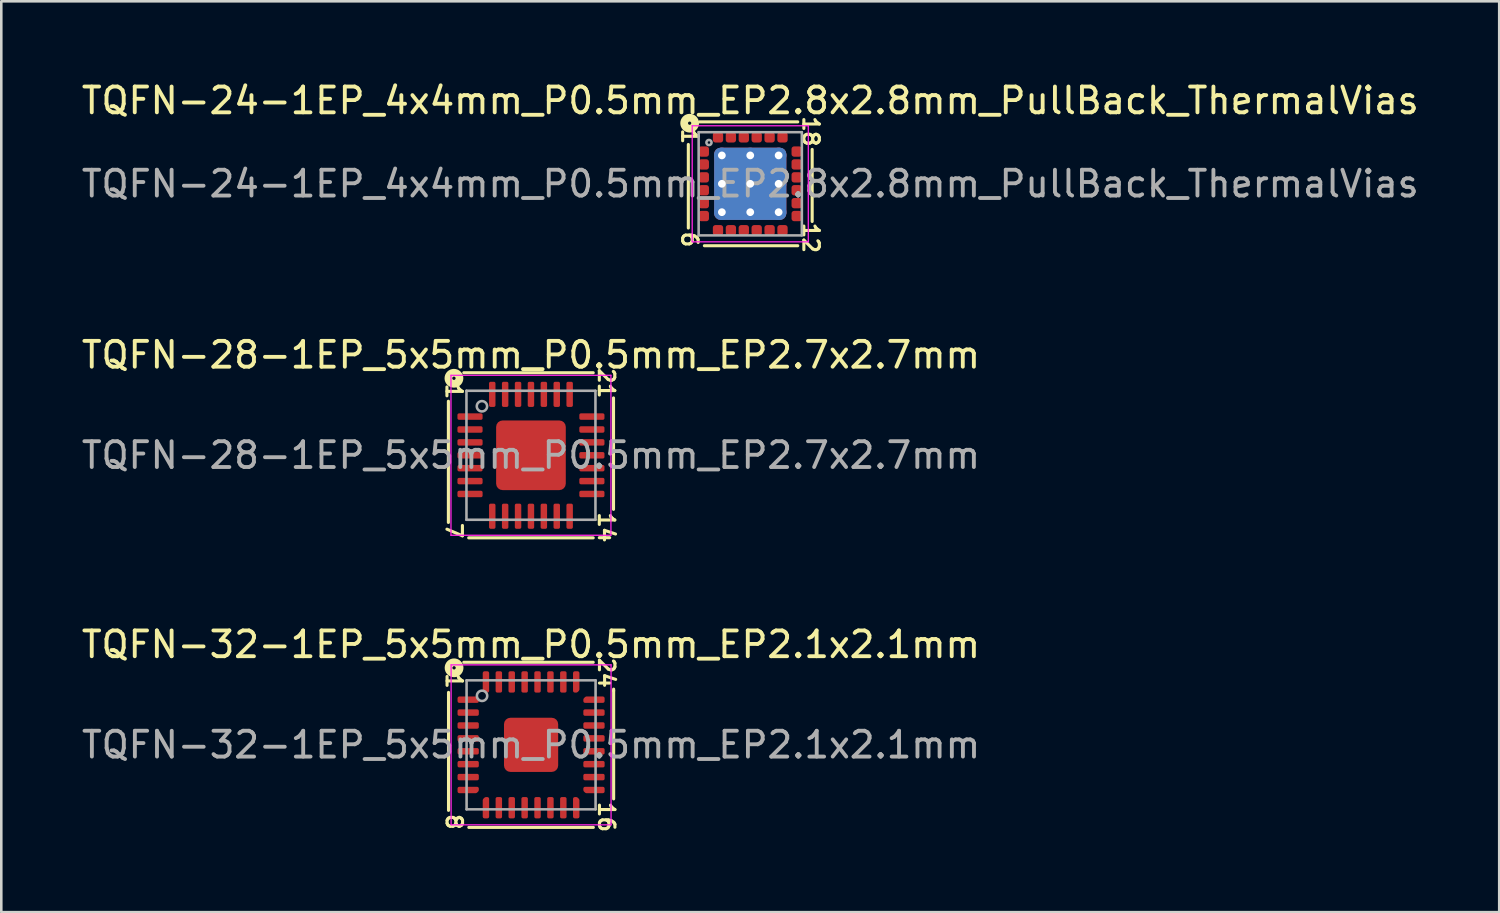
<source format=kicad_pcb>
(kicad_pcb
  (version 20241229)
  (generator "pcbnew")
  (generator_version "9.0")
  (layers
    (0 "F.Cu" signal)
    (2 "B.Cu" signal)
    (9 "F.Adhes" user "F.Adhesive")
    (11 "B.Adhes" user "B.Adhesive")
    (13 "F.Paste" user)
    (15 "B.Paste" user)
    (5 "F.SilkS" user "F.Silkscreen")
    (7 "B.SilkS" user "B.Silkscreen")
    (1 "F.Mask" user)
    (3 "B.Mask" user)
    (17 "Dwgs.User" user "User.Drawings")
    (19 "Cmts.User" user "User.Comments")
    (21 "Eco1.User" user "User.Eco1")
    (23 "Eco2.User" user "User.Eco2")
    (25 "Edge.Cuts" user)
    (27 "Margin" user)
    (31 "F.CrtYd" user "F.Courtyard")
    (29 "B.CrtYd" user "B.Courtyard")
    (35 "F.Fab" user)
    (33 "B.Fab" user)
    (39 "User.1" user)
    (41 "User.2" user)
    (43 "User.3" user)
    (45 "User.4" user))
  (footprint "TQFN-24-1EP_4x4mm_P0.5mm_EP2.8x2.8mm_PullBack_ThermalVias"
    (layer "F.Cu")
    (at 26.03 4.074)
    (property "Reference" "TQFN-24-1EP_4x4mm_P0.5mm_EP2.8x2.8mm_PullBack_ThermalVias" (at 0 -3.225 0) (layer "F.SilkS") (effects (font (size 1 1) (thickness 0.15))))
    (attr smd)
    (fp_line (start -2.4 -1.524) (end -2.4 1.714) (stroke (width 0.12) (type solid)) (layer "F.SilkS"))
    (fp_line (start -1.778 2.4) (end 1.841 2.4) (stroke (width 0.12) (type solid)) (layer "F.SilkS"))
    (fp_line (start 1.841 -2.4) (end -1.968 -2.4) (stroke (width 0.12) (type solid)) (layer "F.SilkS"))
    (fp_line (start 2.4 1.46) (end 2.4 -1.333) (stroke (width 0.12) (type solid)) (layer "F.SilkS"))
    (fp_circle (center -2.349 -2.349) (end -2.286 -2.349) (stroke (width 0.3) (type solid)) (fill no) (layer "F.SilkS"))
    (fp_line (start -2.25 -2.25) (end -2.25 2.25) (stroke (width 0.05) (type solid)) (layer "F.CrtYd"))
    (fp_line (start -2.25 2.25) (end 2.25 2.25) (stroke (width 0.05) (type solid)) (layer "F.CrtYd"))
    (fp_line (start 2.25 -2.25) (end -2.25 -2.25) (stroke (width 0.05) (type solid)) (layer "F.CrtYd"))
    (fp_line (start 2.25 2.25) (end 2.25 -2.25) (stroke (width 0.05) (type solid)) (layer "F.CrtYd"))
    (fp_line (start -2 -2) (end 2 -2) (stroke (width 0.1) (type solid)) (layer "F.Fab"))
    (fp_line (start -2 2) (end -2 -2) (stroke (width 0.1) (type solid)) (layer "F.Fab"))
    (fp_line (start 2 -2) (end 2 2) (stroke (width 0.1) (type solid)) (layer "F.Fab"))
    (fp_line (start 2 2) (end -2 2) (stroke (width 0.1) (type solid)) (layer "F.Fab"))
    (fp_circle (center -1.6 -1.6) (end -1.5 -1.6) (stroke (width 0.1) (type solid)) (fill no) (layer "F.Fab"))
    (fp_text user "18" (at 2.349 -2.032 270) (unlocked yes) (layer "F.SilkS") (effects (font (size 0.6 0.6) (thickness 0.12))))
    (fp_text user "1" (at -2.349 -1.841 270) (unlocked yes) (layer "F.SilkS") (effects (font (size 0.6 0.6) (thickness 0.12))))
    (fp_text user "12" (at 2.349 2.095 270) (unlocked yes) (layer "F.SilkS") (effects (font (size 0.6 0.6) (thickness 0.12))))
    (fp_text user "6" (at -2.349 2.159 270) (unlocked yes) (layer "F.SilkS") (effects (font (size 0.6 0.6) (thickness 0.12))))
    (fp_text user "${REFERENCE}" (at 0 0 0) (layer "F.Fab") (effects (font (size 1 1) (thickness 0.15))))
    (pad "" smd roundrect (at -0.7 -0.7) (size 1.13 1.13) (layers "F.Paste") (roundrect_rratio 0.221))
    (pad "" smd roundrect (at -0.7 0.7) (size 1.13 1.13) (layers "F.Paste") (roundrect_rratio 0.221))
    (pad "" smd roundrect (at 0.7 -0.7) (size 1.13 1.13) (layers "F.Paste") (roundrect_rratio 0.221))
    (pad "" smd roundrect (at 0.7 0.7) (size 1.13 1.13) (layers "F.Paste") (roundrect_rratio 0.221))
    (pad "1" smd roundrect (at -1.8 -1.25) (size 0.4 0.4) (layers "F.Cu" "F.Mask" "F.Paste") (roundrect_rratio 0.25))
    (pad "2" smd roundrect (at -1.8 -0.75) (size 0.4 0.4) (layers "F.Cu" "F.Mask" "F.Paste") (roundrect_rratio 0.25))
    (pad "3" smd roundrect (at -1.8 -0.25) (size 0.4 0.4) (layers "F.Cu" "F.Mask" "F.Paste") (roundrect_rratio 0.25))
    (pad "4" smd roundrect (at -1.8 0.25) (size 0.4 0.4) (layers "F.Cu" "F.Mask" "F.Paste") (roundrect_rratio 0.25))
    (pad "5" smd roundrect (at -1.8 0.75) (size 0.4 0.4) (layers "F.Cu" "F.Mask" "F.Paste") (roundrect_rratio 0.25))
    (pad "6" smd roundrect (at -1.8 1.25) (size 0.4 0.4) (layers "F.Cu" "F.Mask" "F.Paste") (roundrect_rratio 0.25))
    (pad "7" smd roundrect (at -1.25 1.8) (size 0.4 0.4) (layers "F.Cu" "F.Mask" "F.Paste") (roundrect_rratio 0.25))
    (pad "8" smd roundrect (at -0.75 1.8) (size 0.4 0.4) (layers "F.Cu" "F.Mask" "F.Paste") (roundrect_rratio 0.25))
    (pad "9" smd roundrect (at -0.25 1.8) (size 0.4 0.4) (layers "F.Cu" "F.Mask" "F.Paste") (roundrect_rratio 0.25))
    (pad "10" smd roundrect (at 0.25 1.8) (size 0.4 0.4) (layers "F.Cu" "F.Mask" "F.Paste") (roundrect_rratio 0.25))
    (pad "11" smd roundrect (at 0.75 1.8) (size 0.4 0.4) (layers "F.Cu" "F.Mask" "F.Paste") (roundrect_rratio 0.25))
    (pad "12" smd roundrect (at 1.25 1.8) (size 0.4 0.4) (layers "F.Cu" "F.Mask" "F.Paste") (roundrect_rratio 0.25))
    (pad "13" smd roundrect (at 1.8 1.25) (size 0.4 0.4) (layers "F.Cu" "F.Mask" "F.Paste") (roundrect_rratio 0.25))
    (pad "14" smd roundrect (at 1.8 0.75) (size 0.4 0.4) (layers "F.Cu" "F.Mask" "F.Paste") (roundrect_rratio 0.25))
    (pad "15" smd roundrect (at 1.8 0.25) (size 0.4 0.4) (layers "F.Cu" "F.Mask" "F.Paste") (roundrect_rratio 0.25))
    (pad "16" smd roundrect (at 1.8 -0.25) (size 0.4 0.4) (layers "F.Cu" "F.Mask" "F.Paste") (roundrect_rratio 0.25))
    (pad "17" smd roundrect (at 1.8 -0.75) (size 0.4 0.4) (layers "F.Cu" "F.Mask" "F.Paste") (roundrect_rratio 0.25))
    (pad "18" smd roundrect (at 1.8 -1.25) (size 0.4 0.4) (layers "F.Cu" "F.Mask" "F.Paste") (roundrect_rratio 0.25))
    (pad "19" smd roundrect (at 1.25 -1.8) (size 0.4 0.4) (layers "F.Cu" "F.Mask" "F.Paste") (roundrect_rratio 0.25))
    (pad "20" smd roundrect (at 0.75 -1.8) (size 0.4 0.4) (layers "F.Cu" "F.Mask" "F.Paste") (roundrect_rratio 0.25))
    (pad "21" smd roundrect (at 0.25 -1.8) (size 0.4 0.4) (layers "F.Cu" "F.Mask" "F.Paste") (roundrect_rratio 0.25))
    (pad "22" smd roundrect (at -0.25 -1.8) (size 0.4 0.4) (layers "F.Cu" "F.Mask" "F.Paste") (roundrect_rratio 0.25))
    (pad "23" smd roundrect (at -0.75 -1.8) (size 0.4 0.4) (layers "F.Cu" "F.Mask" "F.Paste") (roundrect_rratio 0.25))
    (pad "24" smd roundrect (at -1.25 -1.8) (size 0.4 0.4) (layers "F.Cu" "F.Mask" "F.Paste") (roundrect_rratio 0.25))
    (pad "25" thru_hole circle (at -1.1 -1.1) (size 0.6 0.6) (drill 0.3) (property pad_prop_heatsink) (layers "*.Cu"))
    (pad "25" thru_hole circle (at -1.1 0) (size 0.6 0.6) (drill 0.3) (property pad_prop_heatsink) (layers "*.Cu"))
    (pad "25" thru_hole circle (at -1.1 1.1) (size 0.6 0.6) (drill 0.3) (property pad_prop_heatsink) (layers "*.Cu"))
    (pad "25" thru_hole circle (at 0 -1.1) (size 0.6 0.6) (drill 0.3) (property pad_prop_heatsink) (layers "*.Cu"))
    (pad "25" thru_hole circle (at 0 0) (size 0.6 0.6) (drill 0.3) (property pad_prop_heatsink) (layers "*.Cu"))
    (pad "25" smd roundrect (at 0 0) (size 2.8 2.8) (layers "F.Cu" "F.Mask") (roundrect_rratio 0.089))
    (pad "25" smd roundrect (at 0 0) (size 2.8 2.8) (layers "B.Cu" "B.Mask") (roundrect_rratio 0.089))
    (pad "25" thru_hole circle (at 0 1.1) (size 0.6 0.6) (drill 0.3) (property pad_prop_heatsink) (layers "*.Cu"))
    (pad "25" thru_hole circle (at 1.1 -1.1) (size 0.6 0.6) (drill 0.3) (property pad_prop_heatsink) (layers "*.Cu"))
    (pad "25" thru_hole circle (at 1.1 0) (size 0.6 0.6) (drill 0.3) (property pad_prop_heatsink) (layers "*.Cu"))
    (pad "25" thru_hole circle (at 1.1 1.1) (size 0.6 0.6) (drill 0.3) (property pad_prop_heatsink) (layers "*.Cu")))
  (footprint "TQFN-32-1EP_5x5mm_P0.5mm_EP2.1x2.1mm"
    (layer "F.Cu")
    (at 17.535 25.82)
    (property "Reference" "TQFN-32-1EP_5x5mm_P0.5mm_EP2.1x2.1mm" (at -0.005 -3.889 0) (layer "F.SilkS") (effects (font (size 1 1) (thickness 0.15))))
    (attr smd)
    (fp_line (start -3.2 -2.032) (end -3.2 2.54) (stroke (width 0.12) (type solid)) (layer "F.SilkS"))
    (fp_line (start -2.413 3.2) (end 2.413 3.2) (stroke (width 0.12) (type solid)) (layer "F.SilkS"))
    (fp_line (start 2.408 -3.2) (end -2.608 -3.2) (stroke (width 0.12) (type solid)) (layer "F.SilkS"))
    (fp_line (start 3.2 -2.095) (end 3.2 -2.159) (stroke (width 0.12) (type solid)) (layer "F.SilkS"))
    (fp_line (start 3.2 2.095) (end 3.2 -2.095) (stroke (width 0.12) (type solid)) (layer "F.SilkS"))
    (fp_circle (center -2.985 -2.985) (end -2.921 -2.985) (stroke (width 0.3) (type solid)) (fill no) (layer "F.SilkS"))
    (fp_line (start -3.1 -3.1) (end -3.1 3.1) (stroke (width 0.05) (type solid)) (layer "F.CrtYd"))
    (fp_line (start -3.1 3.1) (end 3.1 3.1) (stroke (width 0.05) (type solid)) (layer "F.CrtYd"))
    (fp_line (start 3.1 -3.1) (end -3.1 -3.1) (stroke (width 0.05) (type solid)) (layer "F.CrtYd"))
    (fp_line (start 3.1 3.1) (end 3.1 -3.1) (stroke (width 0.05) (type solid)) (layer "F.CrtYd"))
    (fp_line (start -2.5 -2.5) (end 2.5 -2.5) (stroke (width 0.1) (type solid)) (layer "F.Fab"))
    (fp_line (start -2.5 2.5) (end -2.5 -2.5) (stroke (width 0.1) (type solid)) (layer "F.Fab"))
    (fp_line (start 2.5 -2.5) (end 2.5 2.5) (stroke (width 0.1) (type solid)) (layer "F.Fab"))
    (fp_line (start 2.5 2.5) (end -2.5 2.5) (stroke (width 0.1) (type solid)) (layer "F.Fab"))
    (fp_circle (center -1.9 -1.9) (end -1.7 -1.9) (stroke (width 0.1) (type solid)) (fill no) (layer "F.Fab"))
    (fp_text user "1" (at -2.985 -2.477 270) (unlocked yes) (layer "F.SilkS") (effects (font (size 0.6 0.6) (thickness 0.12))))
    (fp_text user "24" (at 2.921 -2.794 270) (unlocked yes) (layer "F.SilkS") (effects (font (size 0.6 0.6) (thickness 0.12))))
    (fp_text user "8" (at -2.985 2.985 270) (unlocked yes) (layer "F.SilkS") (effects (font (size 0.6 0.6) (thickness 0.12))))
    (fp_text user "16" (at 2.921 2.794 270) (unlocked yes) (layer "F.SilkS") (effects (font (size 0.6 0.6) (thickness 0.12))))
    (fp_text user "${REFERENCE}" (at 0 0 0) (layer "F.Fab") (effects (font (size 1 1) (thickness 0.15))))
    (pad "" smd roundrect (at -0.525 -0.525) (size 0.85 0.85) (layers "F.Paste") (roundrect_rratio 0.25))
    (pad "" smd roundrect (at -0.525 0.525) (size 0.85 0.85) (layers "F.Paste") (roundrect_rratio 0.25))
    (pad "" smd roundrect (at 0.525 -0.525) (size 0.85 0.85) (layers "F.Paste") (roundrect_rratio 0.25))
    (pad "" smd roundrect (at 0.525 0.525) (size 0.85 0.85) (layers "F.Paste") (roundrect_rratio 0.25))
    (pad "1" smd custom (at -2.438 -1.75) (size 0.186 0.186) (layers "F.Cu" "F.Mask" "F.Paste") (options (anchor circle)) (primitives (gr_poly (pts (xy 0.35 -0.009) (xy 0.35 0.062) (xy -0.35 0.062) (xy -0.35 -0.062) (xy 0.297 -0.062)) (width 0.125) (fill yes))))
    (pad "2" smd roundrect (at -2.438 -1.25) (size 0.825 0.25) (layers "F.Cu" "F.Mask" "F.Paste") (roundrect_rratio 0.25))
    (pad "3" smd roundrect (at -2.438 -0.75) (size 0.825 0.25) (layers "F.Cu" "F.Mask" "F.Paste") (roundrect_rratio 0.25))
    (pad "4" smd roundrect (at -2.438 -0.25) (size 0.825 0.25) (layers "F.Cu" "F.Mask" "F.Paste") (roundrect_rratio 0.25))
    (pad "5" smd roundrect (at -2.438 0.25) (size 0.825 0.25) (layers "F.Cu" "F.Mask" "F.Paste") (roundrect_rratio 0.25))
    (pad "6" smd roundrect (at -2.438 0.75) (size 0.825 0.25) (layers "F.Cu" "F.Mask" "F.Paste") (roundrect_rratio 0.25))
    (pad "7" smd roundrect (at -2.438 1.25) (size 0.825 0.25) (layers "F.Cu" "F.Mask" "F.Paste") (roundrect_rratio 0.25))
    (pad "8" smd custom (at -2.438 1.75) (size 0.186 0.186) (layers "F.Cu" "F.Mask" "F.Paste") (options (anchor circle)) (primitives (gr_poly (pts (xy 0.35 0.009) (xy 0.297 0.062) (xy -0.35 0.062) (xy -0.35 -0.062) (xy 0.35 -0.062)) (width 0.125) (fill yes))))
    (pad "9" smd custom (at -1.75 2.438) (size 0.186 0.186) (layers "F.Cu" "F.Mask" "F.Paste") (options (anchor circle)) (primitives (gr_poly (pts (xy 0.062 0.35) (xy -0.062 0.35) (xy -0.062 -0.297) (xy -0.009 -0.35) (xy 0.062 -0.35)) (width 0.125) (fill yes))))
    (pad "10" smd roundrect (at -1.25 2.438) (size 0.25 0.825) (layers "F.Cu" "F.Mask" "F.Paste") (roundrect_rratio 0.25))
    (pad "11" smd roundrect (at -0.75 2.438) (size 0.25 0.825) (layers "F.Cu" "F.Mask" "F.Paste") (roundrect_rratio 0.25))
    (pad "12" smd roundrect (at -0.25 2.438) (size 0.25 0.825) (layers "F.Cu" "F.Mask" "F.Paste") (roundrect_rratio 0.25))
    (pad "13" smd roundrect (at 0.25 2.438) (size 0.25 0.825) (layers "F.Cu" "F.Mask" "F.Paste") (roundrect_rratio 0.25))
    (pad "14" smd roundrect (at 0.75 2.438) (size 0.25 0.825) (layers "F.Cu" "F.Mask" "F.Paste") (roundrect_rratio 0.25))
    (pad "15" smd roundrect (at 1.25 2.438) (size 0.25 0.825) (layers "F.Cu" "F.Mask" "F.Paste") (roundrect_rratio 0.25))
    (pad "16" smd custom (at 1.75 2.438) (size 0.186 0.186) (layers "F.Cu" "F.Mask" "F.Paste") (options (anchor circle)) (primitives (gr_poly (pts (xy 0.062 -0.297) (xy 0.062 0.35) (xy -0.062 0.35) (xy -0.062 -0.35) (xy 0.009 -0.35)) (width 0.125) (fill yes))))
    (pad "17" smd custom (at 2.438 1.75) (size 0.186 0.186) (layers "F.Cu" "F.Mask" "F.Paste") (options (anchor circle)) (primitives (gr_poly (pts (xy 0.35 0.062) (xy -0.297 0.062) (xy -0.35 0.009) (xy -0.35 -0.062) (xy 0.35 -0.062)) (width 0.125) (fill yes))))
    (pad "18" smd roundrect (at 2.438 1.25) (size 0.825 0.25) (layers "F.Cu" "F.Mask" "F.Paste") (roundrect_rratio 0.25))
    (pad "19" smd roundrect (at 2.438 0.75) (size 0.825 0.25) (layers "F.Cu" "F.Mask" "F.Paste") (roundrect_rratio 0.25))
    (pad "20" smd roundrect (at 2.438 0.25) (size 0.825 0.25) (layers "F.Cu" "F.Mask" "F.Paste") (roundrect_rratio 0.25))
    (pad "21" smd roundrect (at 2.438 -0.25) (size 0.825 0.25) (layers "F.Cu" "F.Mask" "F.Paste") (roundrect_rratio 0.25))
    (pad "22" smd roundrect (at 2.438 -0.75) (size 0.825 0.25) (layers "F.Cu" "F.Mask" "F.Paste") (roundrect_rratio 0.25))
    (pad "23" smd roundrect (at 2.438 -1.25) (size 0.825 0.25) (layers "F.Cu" "F.Mask" "F.Paste") (roundrect_rratio 0.25))
    (pad "24" smd custom (at 2.438 -1.75) (size 0.186 0.186) (layers "F.Cu" "F.Mask" "F.Paste") (options (anchor circle)) (primitives (gr_poly (pts (xy 0.35 0.062) (xy -0.35 0.062) (xy -0.35 -0.009) (xy -0.297 -0.062) (xy 0.35 -0.062)) (width 0.125) (fill yes))))
    (pad "25" smd custom (at 1.75 -2.438) (size 0.186 0.186) (layers "F.Cu" "F.Mask" "F.Paste") (options (anchor circle)) (primitives (gr_poly (pts (xy 0.062 0.297) (xy 0.009 0.35) (xy -0.062 0.35) (xy -0.062 -0.35) (xy 0.062 -0.35)) (width 0.125) (fill yes))))
    (pad "26" smd roundrect (at 1.25 -2.438) (size 0.25 0.825) (layers "F.Cu" "F.Mask" "F.Paste") (roundrect_rratio 0.25))
    (pad "27" smd roundrect (at 0.75 -2.438) (size 0.25 0.825) (layers "F.Cu" "F.Mask" "F.Paste") (roundrect_rratio 0.25))
    (pad "28" smd roundrect (at 0.25 -2.438) (size 0.25 0.825) (layers "F.Cu" "F.Mask" "F.Paste") (roundrect_rratio 0.25))
    (pad "29" smd roundrect (at -0.25 -2.438) (size 0.25 0.825) (layers "F.Cu" "F.Mask" "F.Paste") (roundrect_rratio 0.25))
    (pad "30" smd roundrect (at -0.75 -2.438) (size 0.25 0.825) (layers "F.Cu" "F.Mask" "F.Paste") (roundrect_rratio 0.25))
    (pad "31" smd roundrect (at -1.25 -2.438) (size 0.25 0.825) (layers "F.Cu" "F.Mask" "F.Paste") (roundrect_rratio 0.25))
    (pad "32" smd custom (at -1.75 -2.438) (size 0.186 0.186) (layers "F.Cu" "F.Mask" "F.Paste") (options (anchor circle)) (primitives (gr_poly (pts (xy 0.062 0.35) (xy -0.009 0.35) (xy -0.062 0.297) (xy -0.062 -0.35) (xy 0.062 -0.35)) (width 0.125) (fill yes))))
    (pad "33" smd roundrect (at 0 0) (size 2.1 2.1) (layers "F.Cu" "F.Mask") (roundrect_rratio 0.119)))
  (footprint "TQFN-28-1EP_5x5mm_P0.5mm_EP2.7x2.7mm"
    (layer "F.Cu")
    (at 17.53 14.597)
    (property "Reference" "TQFN-28-1EP_5x5mm_P0.5mm_EP2.7x2.7mm" (at 0 -3.889 0) (layer "F.SilkS") (effects (font (size 1 1) (thickness 0.15))))
    (attr smd)
    (fp_line (start -3.2 -2.095) (end -3.2 2.603) (stroke (width 0.12) (type solid)) (layer "F.SilkS"))
    (fp_line (start -2.413 3.2) (end 2.413 3.2) (stroke (width 0.12) (type solid)) (layer "F.SilkS"))
    (fp_line (start 2.413 -3.2) (end -2.603 -3.2) (stroke (width 0.12) (type solid)) (layer "F.SilkS"))
    (fp_line (start 3.2 2.095) (end 3.2 -2.223) (stroke (width 0.12) (type solid)) (layer "F.SilkS"))
    (fp_circle (center -2.985 -2.985) (end -2.921 -2.985) (stroke (width 0.3) (type solid)) (fill no) (layer "F.SilkS"))
    (fp_line (start -3.1 -3.1) (end -3.1 3.1) (stroke (width 0.05) (type solid)) (layer "F.CrtYd"))
    (fp_line (start -3.1 3.1) (end 3.1 3.1) (stroke (width 0.05) (type solid)) (layer "F.CrtYd"))
    (fp_line (start 3.1 -3.1) (end -3.1 -3.1) (stroke (width 0.05) (type solid)) (layer "F.CrtYd"))
    (fp_line (start 3.1 3.1) (end 3.1 -3.1) (stroke (width 0.05) (type solid)) (layer "F.CrtYd"))
    (fp_line (start -2.5 -2.5) (end 2.5 -2.5) (stroke (width 0.1) (type solid)) (layer "F.Fab"))
    (fp_line (start -2.5 2.5) (end -2.5 -2.5) (stroke (width 0.1) (type solid)) (layer "F.Fab"))
    (fp_line (start 2.5 -2.5) (end 2.5 2.5) (stroke (width 0.1) (type solid)) (layer "F.Fab"))
    (fp_line (start 2.5 2.5) (end -2.5 2.5) (stroke (width 0.1) (type solid)) (layer "F.Fab"))
    (fp_circle (center -1.9 -1.9) (end -1.7 -1.9) (stroke (width 0.1) (type solid)) (fill no) (layer "F.Fab"))
    (fp_text user "7" (at -2.985 2.921 270) (unlocked yes) (layer "F.SilkS") (effects (font (size 0.6 0.6) (thickness 0.12))))
    (fp_text user "21" (at 2.921 -2.794 270) (unlocked yes) (layer "F.SilkS") (effects (font (size 0.6 0.6) (thickness 0.12))))
    (fp_text user "14" (at 2.921 2.794 270) (unlocked yes) (layer "F.SilkS") (effects (font (size 0.6 0.6) (thickness 0.12))))
    (fp_text user "1" (at -2.985 -2.477 270) (unlocked yes) (layer "F.SilkS") (effects (font (size 0.6 0.6) (thickness 0.12))))
    (fp_text user "${REFERENCE}" (at 0 0 0) (layer "F.Fab") (effects (font (size 1 1) (thickness 0.15))))
    (pad "" smd roundrect (at -0.675 -0.675) (size 1.09 1.09) (layers "F.Paste") (roundrect_rratio 0.229))
    (pad "" smd roundrect (at -0.675 0.675) (size 1.09 1.09) (layers "F.Paste") (roundrect_rratio 0.229))
    (pad "" smd roundrect (at 0.675 -0.675) (size 1.09 1.09) (layers "F.Paste") (roundrect_rratio 0.229))
    (pad "" smd roundrect (at 0.675 0.675) (size 1.09 1.09) (layers "F.Paste") (roundrect_rratio 0.229))
    (pad "1" smd roundrect (at -2.362 -1.5) (size 0.975 0.25) (layers "F.Cu" "F.Mask" "F.Paste") (roundrect_rratio 0.25))
    (pad "2" smd roundrect (at -2.362 -1) (size 0.975 0.25) (layers "F.Cu" "F.Mask" "F.Paste") (roundrect_rratio 0.25))
    (pad "3" smd roundrect (at -2.362 -0.5) (size 0.975 0.25) (layers "F.Cu" "F.Mask" "F.Paste") (roundrect_rratio 0.25))
    (pad "4" smd roundrect (at -2.362 0) (size 0.975 0.25) (layers "F.Cu" "F.Mask" "F.Paste") (roundrect_rratio 0.25))
    (pad "5" smd roundrect (at -2.362 0.5) (size 0.975 0.25) (layers "F.Cu" "F.Mask" "F.Paste") (roundrect_rratio 0.25))
    (pad "6" smd roundrect (at -2.362 1) (size 0.975 0.25) (layers "F.Cu" "F.Mask" "F.Paste") (roundrect_rratio 0.25))
    (pad "7" smd roundrect (at -2.362 1.5) (size 0.975 0.25) (layers "F.Cu" "F.Mask" "F.Paste") (roundrect_rratio 0.25))
    (pad "8" smd roundrect (at -1.5 2.362) (size 0.25 0.975) (layers "F.Cu" "F.Mask" "F.Paste") (roundrect_rratio 0.25))
    (pad "9" smd roundrect (at -1 2.362) (size 0.25 0.975) (layers "F.Cu" "F.Mask" "F.Paste") (roundrect_rratio 0.25))
    (pad "10" smd roundrect (at -0.5 2.362) (size 0.25 0.975) (layers "F.Cu" "F.Mask" "F.Paste") (roundrect_rratio 0.25))
    (pad "11" smd roundrect (at 0 2.362) (size 0.25 0.975) (layers "F.Cu" "F.Mask" "F.Paste") (roundrect_rratio 0.25))
    (pad "12" smd roundrect (at 0.5 2.362) (size 0.25 0.975) (layers "F.Cu" "F.Mask" "F.Paste") (roundrect_rratio 0.25))
    (pad "13" smd roundrect (at 1 2.362) (size 0.25 0.975) (layers "F.Cu" "F.Mask" "F.Paste") (roundrect_rratio 0.25))
    (pad "14" smd roundrect (at 1.5 2.362) (size 0.25 0.975) (layers "F.Cu" "F.Mask" "F.Paste") (roundrect_rratio 0.25))
    (pad "15" smd roundrect (at 2.362 1.5) (size 0.975 0.25) (layers "F.Cu" "F.Mask" "F.Paste") (roundrect_rratio 0.25))
    (pad "16" smd roundrect (at 2.362 1) (size 0.975 0.25) (layers "F.Cu" "F.Mask" "F.Paste") (roundrect_rratio 0.25))
    (pad "17" smd roundrect (at 2.362 0.5) (size 0.975 0.25) (layers "F.Cu" "F.Mask" "F.Paste") (roundrect_rratio 0.25))
    (pad "18" smd roundrect (at 2.362 0) (size 0.975 0.25) (layers "F.Cu" "F.Mask" "F.Paste") (roundrect_rratio 0.25))
    (pad "19" smd roundrect (at 2.362 -0.5) (size 0.975 0.25) (layers "F.Cu" "F.Mask" "F.Paste") (roundrect_rratio 0.25))
    (pad "20" smd roundrect (at 2.362 -1) (size 0.975 0.25) (layers "F.Cu" "F.Mask" "F.Paste") (roundrect_rratio 0.25))
    (pad "21" smd roundrect (at 2.362 -1.5) (size 0.975 0.25) (layers "F.Cu" "F.Mask" "F.Paste") (roundrect_rratio 0.25))
    (pad "22" smd roundrect (at 1.5 -2.362) (size 0.25 0.975) (layers "F.Cu" "F.Mask" "F.Paste") (roundrect_rratio 0.25))
    (pad "23" smd roundrect (at 1 -2.362) (size 0.25 0.975) (layers "F.Cu" "F.Mask" "F.Paste") (roundrect_rratio 0.25))
    (pad "24" smd roundrect (at 0.5 -2.362) (size 0.25 0.975) (layers "F.Cu" "F.Mask" "F.Paste") (roundrect_rratio 0.25))
    (pad "25" smd roundrect (at 0 -2.362) (size 0.25 0.975) (layers "F.Cu" "F.Mask" "F.Paste") (roundrect_rratio 0.25))
    (pad "26" smd roundrect (at -0.5 -2.362) (size 0.25 0.975) (layers "F.Cu" "F.Mask" "F.Paste") (roundrect_rratio 0.25))
    (pad "27" smd roundrect (at -1 -2.362) (size 0.25 0.975) (layers "F.Cu" "F.Mask" "F.Paste") (roundrect_rratio 0.25))
    (pad "28" smd roundrect (at -1.5 -2.362) (size 0.25 0.975) (layers "F.Cu" "F.Mask" "F.Paste") (roundrect_rratio 0.25))
    (pad "29" smd roundrect (at 0 0) (size 2.7 2.7) (layers "F.Cu" "F.Mask") (roundrect_rratio 0.093)))
  (gr_rect
    (start -3 -3)
    (end 55.06 32.305)
    (stroke (width 0.1) (type default))
    (fill no)
    (layer "Edge.Cuts")))
</source>
